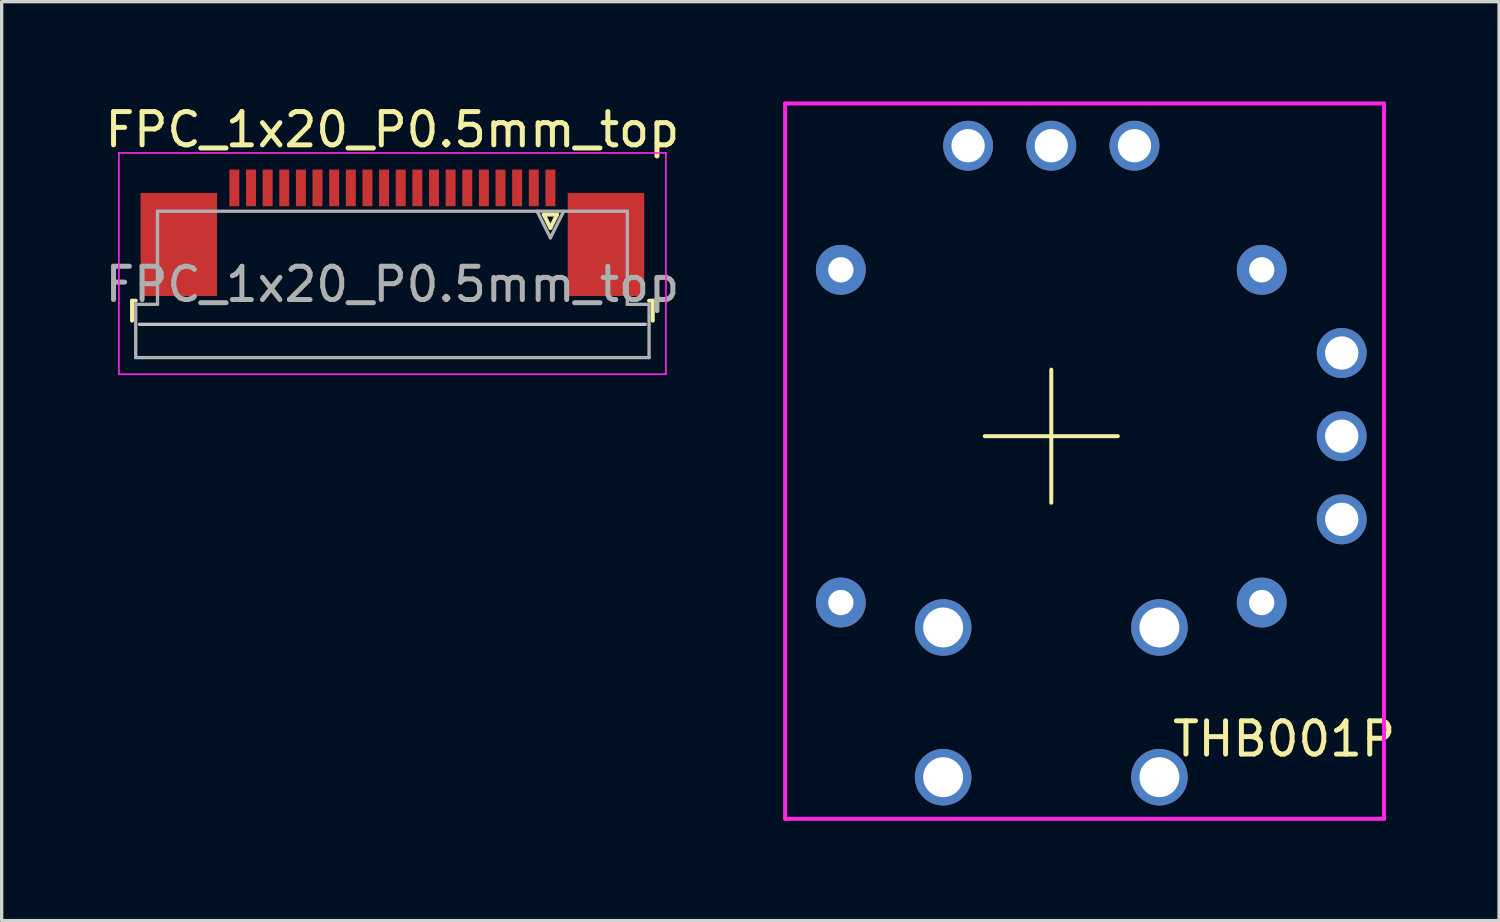
<source format=kicad_pcb>
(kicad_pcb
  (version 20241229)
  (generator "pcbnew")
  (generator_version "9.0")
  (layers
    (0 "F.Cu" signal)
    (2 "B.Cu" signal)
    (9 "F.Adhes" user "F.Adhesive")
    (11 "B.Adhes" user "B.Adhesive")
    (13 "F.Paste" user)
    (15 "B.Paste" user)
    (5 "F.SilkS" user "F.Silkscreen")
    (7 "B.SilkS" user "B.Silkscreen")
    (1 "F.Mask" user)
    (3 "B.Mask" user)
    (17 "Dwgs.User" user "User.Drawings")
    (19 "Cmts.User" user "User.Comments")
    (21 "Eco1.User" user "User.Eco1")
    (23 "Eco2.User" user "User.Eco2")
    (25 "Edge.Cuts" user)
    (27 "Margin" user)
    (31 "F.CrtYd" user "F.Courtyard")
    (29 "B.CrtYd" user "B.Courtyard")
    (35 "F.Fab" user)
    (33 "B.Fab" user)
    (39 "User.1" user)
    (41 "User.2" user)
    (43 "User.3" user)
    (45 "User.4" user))
  (footprint "THB001P"
    (layer "F.Cu")
    (at 28.548 10.06)
    (property "Reference" "THB001P" (at 7 9.1 0) (layer "F.SilkS") (effects (font (size 1 1) (thickness 0.15))))
    (attr through_hole)
    (fp_line (start -2 0) (end 2 0) (stroke (width 0.12) (type solid)) (layer "F.SilkS"))
    (fp_line (start 0 -2) (end 0 2) (stroke (width 0.12) (type solid)) (layer "F.SilkS"))
    (fp_line (start -8 -10) (end 10 -10) (stroke (width 0.12) (type solid)) (layer "F.CrtYd"))
    (fp_line (start -8 11.5) (end -8 -10) (stroke (width 0.12) (type solid)) (layer "F.CrtYd"))
    (fp_line (start 10 -10) (end 10 11.5) (stroke (width 0.12) (type solid)) (layer "F.CrtYd"))
    (fp_line (start 10 11.5) (end -8 11.5) (stroke (width 0.12) (type solid)) (layer "F.CrtYd"))
    (pad "" np_thru_hole circle (at -6.325 -5) (size 1.5 1.5) (drill 0.762) (layers "*.Cu" "*.Mask"))
    (pad "" np_thru_hole circle (at -6.325 5) (size 1.5 1.5) (drill 0.762) (layers "*.Cu" "*.Mask"))
    (pad "" np_thru_hole circle (at 6.325 -5) (size 1.5 1.5) (drill 0.762) (layers "*.Cu" "*.Mask"))
    (pad "" np_thru_hole circle (at 6.325 5) (size 1.5 1.5) (drill 0.762) (layers "*.Cu" "*.Mask"))
    (pad "A" thru_hole circle (at -3.25 5.75) (size 1.7 1.7) (drill 1.2) (layers "*.Cu" "*.Mask"))
    (pad "B" thru_hole circle (at 3.25 5.75) (size 1.7 1.7) (drill 1.2) (layers "*.Cu" "*.Mask"))
    (pad "C" thru_hole circle (at -3.25 10.25) (size 1.7 1.7) (drill 1.2) (layers "*.Cu" "*.Mask"))
    (pad "D" thru_hole circle (at 3.25 10.25) (size 1.7 1.7) (drill 1.2) (layers "*.Cu" "*.Mask"))
    (pad "X1" thru_hole circle (at 2.5 -8.73) (size 1.5 1.5) (drill 1) (layers "*.Cu" "*.Mask"))
    (pad "X2" thru_hole circle (at 0 -8.73) (size 1.5 1.5) (drill 1) (layers "*.Cu" "*.Mask"))
    (pad "X3" thru_hole circle (at -2.5 -8.73) (size 1.5 1.5) (drill 1) (layers "*.Cu" "*.Mask"))
    (pad "Y1" thru_hole circle (at 8.73 2.5) (size 1.5 1.5) (drill 1) (layers "*.Cu" "*.Mask"))
    (pad "Y2" thru_hole circle (at 8.73 0) (size 1.5 1.5) (drill 1) (layers "*.Cu" "*.Mask"))
    (pad "Y3" thru_hole circle (at 8.73 -2.5) (size 1.5 1.5) (drill 1) (layers "*.Cu" "*.Mask")))
  (footprint "FPC_1x20_P0.5mm_top"
    (layer "F.Cu")
    (at 16.144 3.948)
    (property "Reference" "FPC_1x20_P0.5mm_top" (at -7.4 -3.1 0) (layer "F.SilkS") (effects (font (size 1 1) (thickness 0.15))))
    (attr smd)
    (fp_line (start -15.225 2.04) (end -15.225 2.64) (stroke (width 0.12) (type solid)) (layer "F.SilkS"))
    (fp_line (start -15.115 2.04) (end -15.225 2.04) (stroke (width 0.12) (type solid)) (layer "F.SilkS"))
    (fp_line (start -2.85 -0.55) (end -2.45 -0.55) (stroke (width 0.12) (type solid)) (layer "F.SilkS"))
    (fp_line (start -2.65 -0.15) (end -2.85 -0.55) (stroke (width 0.12) (type solid)) (layer "F.SilkS"))
    (fp_line (start -2.45 -0.55) (end -2.65 -0.15) (stroke (width 0.12) (type solid)) (layer "F.SilkS"))
    (fp_line (start 0.315 2.04) (end 0.425 2.04) (stroke (width 0.12) (type solid)) (layer "F.SilkS"))
    (fp_line (start 0.425 2.04) (end 0.425 2.64) (stroke (width 0.12) (type solid)) (layer "F.SilkS"))
    (fp_line (start -15.005 2.75) (end 0.205 2.75) (stroke (width 0.1) (type solid)) (layer "Dwgs.User"))
    (fp_line (start -15.62 -2.4) (end 0.82 -2.4) (stroke (width 0.05) (type solid)) (layer "F.CrtYd"))
    (fp_line (start -15.62 4.25) (end -15.62 -2.4) (stroke (width 0.05) (type solid)) (layer "F.CrtYd"))
    (fp_line (start 0.82 -2.4) (end 0.82 4.25) (stroke (width 0.05) (type solid)) (layer "F.CrtYd"))
    (fp_line (start 0.82 4.25) (end -15.62 4.25) (stroke (width 0.05) (type solid)) (layer "F.CrtYd"))
    (fp_line (start -15.115 2.15) (end -15.115 3.75) (stroke (width 0.1) (type solid)) (layer "F.Fab"))
    (fp_line (start -15.115 3.75) (end 0.315 3.75) (stroke (width 0.1) (type solid)) (layer "F.Fab"))
    (fp_line (start -14.46 -0.65) (end -14.46 2.15) (stroke (width 0.1) (type solid)) (layer "F.Fab"))
    (fp_line (start -14.46 2.15) (end -15.115 2.15) (stroke (width 0.1) (type solid)) (layer "F.Fab"))
    (fp_line (start -2.65 0.15) (end -3.05 -0.65) (stroke (width 0.1) (type solid)) (layer "F.Fab"))
    (fp_line (start -2.25 -0.65) (end -2.65 0.15) (stroke (width 0.1) (type solid)) (layer "F.Fab"))
    (fp_line (start -0.34 -0.65) (end -14.46 -0.65) (stroke (width 0.1) (type solid)) (layer "F.Fab"))
    (fp_line (start -0.34 2.15) (end -0.34 -0.65) (stroke (width 0.1) (type solid)) (layer "F.Fab"))
    (fp_line (start 0.315 2.15) (end -0.34 2.15) (stroke (width 0.1) (type solid)) (layer "F.Fab"))
    (fp_line (start 0.315 3.75) (end 0.315 2.15) (stroke (width 0.1) (type solid)) (layer "F.Fab"))
    (fp_text user "${REFERENCE}" (at -7.4 1.55 0) (layer "F.Fab") (effects (font (size 1 1) (thickness 0.15))))
    (pad "1" smd rect (at -2.65 -1.35) (size 0.3 1.1) (layers "F.Cu" "F.Mask" "F.Paste"))
    (pad "2" smd rect (at -3.15 -1.35) (size 0.3 1.1) (layers "F.Cu" "F.Mask" "F.Paste"))
    (pad "3" smd rect (at -3.65 -1.35) (size 0.3 1.1) (layers "F.Cu" "F.Mask" "F.Paste"))
    (pad "4" smd rect (at -4.15 -1.35) (size 0.3 1.1) (layers "F.Cu" "F.Mask" "F.Paste"))
    (pad "5" smd rect (at -4.65 -1.35) (size 0.3 1.1) (layers "F.Cu" "F.Mask" "F.Paste"))
    (pad "6" smd rect (at -5.15 -1.35) (size 0.3 1.1) (layers "F.Cu" "F.Mask" "F.Paste"))
    (pad "7" smd rect (at -5.65 -1.35) (size 0.3 1.1) (layers "F.Cu" "F.Mask" "F.Paste"))
    (pad "8" smd rect (at -6.15 -1.35) (size 0.3 1.1) (layers "F.Cu" "F.Mask" "F.Paste"))
    (pad "9" smd rect (at -6.65 -1.35) (size 0.3 1.1) (layers "F.Cu" "F.Mask" "F.Paste"))
    (pad "10" smd rect (at -7.15 -1.35) (size 0.3 1.1) (layers "F.Cu" "F.Mask" "F.Paste"))
    (pad "11" smd rect (at -7.65 -1.35) (size 0.3 1.1) (layers "F.Cu" "F.Mask" "F.Paste"))
    (pad "12" smd rect (at -8.15 -1.35) (size 0.3 1.1) (layers "F.Cu" "F.Mask" "F.Paste"))
    (pad "13" smd rect (at -8.65 -1.35) (size 0.3 1.1) (layers "F.Cu" "F.Mask" "F.Paste"))
    (pad "14" smd rect (at -9.15 -1.35) (size 0.3 1.1) (layers "F.Cu" "F.Mask" "F.Paste"))
    (pad "15" smd rect (at -9.65 -1.35) (size 0.3 1.1) (layers "F.Cu" "F.Mask" "F.Paste"))
    (pad "16" smd rect (at -10.15 -1.35) (size 0.3 1.1) (layers "F.Cu" "F.Mask" "F.Paste"))
    (pad "17" smd rect (at -10.65 -1.35) (size 0.3 1.1) (layers "F.Cu" "F.Mask" "F.Paste"))
    (pad "18" smd rect (at -11.15 -1.35) (size 0.3 1.1) (layers "F.Cu" "F.Mask" "F.Paste"))
    (pad "19" smd rect (at -11.65 -1.35) (size 0.3 1.1) (layers "F.Cu" "F.Mask" "F.Paste"))
    (pad "20" smd rect (at -12.15 -1.35) (size 0.3 1.1) (layers "F.Cu" "F.Mask" "F.Paste"))
    (pad "MP" smd rect (at -13.82 0.35) (size 2.3 3.1) (layers "F.Cu" "F.Mask" "F.Paste"))
    (pad "MP" smd rect (at -0.98 0.35) (size 2.3 3.1) (layers "F.Cu" "F.Mask" "F.Paste")))
  (gr_rect
    (start -3 -3)
    (end 42.006 24.62)
    (stroke (width 0.1) (type default))
    (fill no)
    (layer "Edge.Cuts")))
</source>
